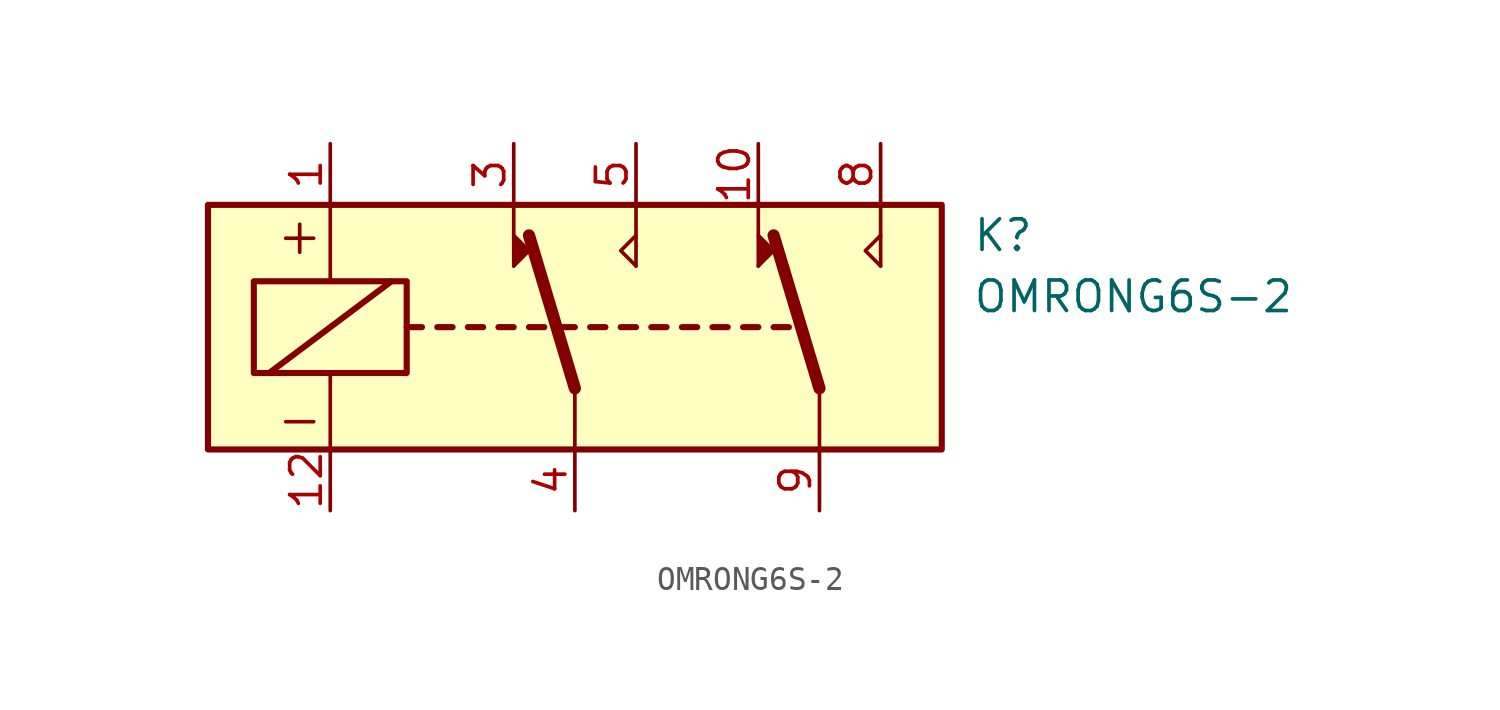
<source format=kicad_sym>
(kicad_symbol_lib
  (version 20220914)
  (generator kicad_symbol_editor)
  (symbol "OMRONG6S-2"
    (pin_names
      (offset 1.016))
    (property "Reference" "K"
      (at 21.59 3.81 0)
      (effects (font (size 1.27 1.27)) (justify left)))
    (property "Value" "OMRONG6S-2"
      (at 21.59 1.27 0)
      (effects (font (size 1.27 1.27)) (justify left)))
    (symbol "OMRONG6S-2_0_0"
      (text "+" (at -6.35 3.81 0) (effects (font (size 1.524 1.524))))
      (text "-" (at -6.35 -3.81 0) (effects (font (size 1.524 1.524)))))
    (symbol "OMRONG6S-2_0_1"
      (rectangle (start -10.16 5.08) (end 20.32 -5.08) (stroke (width 0.254) (type solid)) (fill (type background)))
      (rectangle (start -8.255 1.905) (end -1.905 -1.905) (stroke (width 0.254) (type solid)) (fill (type none)))
      (polyline (pts (xy -7.62 -1.905) (xy -2.54 1.905)) (stroke (width 0.254) (type solid)) (fill (type none)))
      (polyline (pts (xy -5.08 -5.08) (xy -5.08 -1.905)) (stroke (width 0) (type solid)) (fill (type none)))
      (polyline (pts (xy -5.08 5.08) (xy -5.08 1.905)) (stroke (width 0) (type solid)) (fill (type none)))
      (polyline (pts (xy -1.905 0) (xy -1.27 0)) (stroke (width 0.254) (type solid)) (fill (type none)))
      (polyline (pts (xy -0.635 0) (xy 0 0)) (stroke (width 0.254) (type solid)) (fill (type none)))
      (polyline (pts (xy 0.635 0) (xy 1.27 0)) (stroke (width 0.254) (type solid)) (fill (type none)))
      (polyline (pts (xy 1.905 0) (xy 2.54 0)) (stroke (width 0.254) (type solid)) (fill (type none)))
      (polyline (pts (xy 2.54 2.54) (xy 2.54 5.08)) (stroke (width 0) (type solid)) (fill (type none)))
      (polyline (pts (xy 3.175 0) (xy 3.81 0)) (stroke (width 0.254) (type solid)) (fill (type none)))
      (polyline (pts (xy 4.445 0) (xy 5.08 0)) (stroke (width 0.254) (type solid)) (fill (type none)))
      (polyline (pts (xy 5.08 -2.54) (xy 3.175 3.81)) (stroke (width 0.508) (type solid)) (fill (type none)))
      (polyline (pts (xy 5.08 -2.54) (xy 5.08 -5.08)) (stroke (width 0) (type solid)) (fill (type none)))
      (polyline (pts (xy 5.715 0) (xy 6.35 0)) (stroke (width 0.254) (type solid)) (fill (type none)))
      (polyline (pts (xy 6.985 0) (xy 7.62 0)) (stroke (width 0.254) (type solid)) (fill (type none)))
      (polyline (pts (xy 7.62 2.54) (xy 7.62 5.08)) (stroke (width 0) (type solid)) (fill (type none)))
      (polyline (pts (xy 8.255 0) (xy 8.89 0)) (stroke (width 0.254) (type solid)) (fill (type none)))
      (polyline (pts (xy 9.525 0) (xy 10.16 0)) (stroke (width 0.254) (type solid)) (fill (type none)))
      (polyline (pts (xy 10.795 0) (xy 11.43 0)) (stroke (width 0.254) (type solid)) (fill (type none)))
      (polyline (pts (xy 12.065 0) (xy 12.7 0)) (stroke (width 0.254) (type solid)) (fill (type none)))
      (polyline (pts (xy 12.7 2.54) (xy 12.7 5.08)) (stroke (width 0) (type solid)) (fill (type none)))
      (polyline (pts (xy 13.335 0) (xy 13.97 0)) (stroke (width 0.254) (type solid)) (fill (type none)))
      (polyline (pts (xy 15.24 -2.54) (xy 13.335 3.81)) (stroke (width 0.508) (type solid)) (fill (type none)))
      (polyline (pts (xy 15.24 -2.54) (xy 15.24 -5.08)) (stroke (width 0) (type solid)) (fill (type none)))
      (polyline (pts (xy 17.78 2.54) (xy 17.78 5.08)) (stroke (width 0) (type solid)) (fill (type none)))
      (polyline (pts (xy 2.54 2.54) (xy 3.175 3.175) (xy 2.54 3.81)) (stroke (width 0) (type solid)) (fill (type outline)))
      (polyline (pts (xy 7.62 2.54) (xy 6.985 3.175) (xy 7.62 3.81)) (stroke (width 0) (type solid)) (fill (type none)))
      (polyline (pts (xy 12.7 2.54) (xy 13.335 3.175) (xy 12.7 3.81)) (stroke (width 0) (type solid)) (fill (type outline)))
      (polyline (pts (xy 17.78 2.54) (xy 17.145 3.175) (xy 17.78 3.81)) (stroke (width 0) (type solid)) (fill (type none))))
    (symbol "OMRONG6S-2_1_1"
      (pin passive line (at -5.08 7.62 270) (length 2.54) (name "~" (effects (font (size 1.27 1.27)))) (number "1" (effects (font (size 1.27 1.27)))))
      (pin passive line (at 12.7 7.62 270) (length 2.54) (name "~" (effects (font (size 1.27 1.27)))) (number "10" (effects (font (size 1.27 1.27)))))
      (pin passive line (at -5.08 -7.62 90) (length 2.54) (name "~" (effects (font (size 1.27 1.27)))) (number "12" (effects (font (size 1.27 1.27)))))
      (pin passive line (at 2.54 7.62 270) (length 2.54) (name "~" (effects (font (size 1.27 1.27)))) (number "3" (effects (font (size 1.27 1.27)))))
      (pin passive line (at 5.08 -7.62 90) (length 2.54) (name "~" (effects (font (size 1.27 1.27)))) (number "4" (effects (font (size 1.27 1.27)))))
      (pin passive line (at 7.62 7.62 270) (length 2.54) (name "~" (effects (font (size 1.27 1.27)))) (number "5" (effects (font (size 1.27 1.27)))))
      (pin passive line (at 17.78 7.62 270) (length 2.54) (name "~" (effects (font (size 1.27 1.27)))) (number "8" (effects (font (size 1.27 1.27)))))
      (pin passive line (at 15.24 -7.62 90) (length 2.54) (name "~" (effects (font (size 1.27 1.27)))) (number "9" (effects (font (size 1.27 1.27))))))))
</source>
